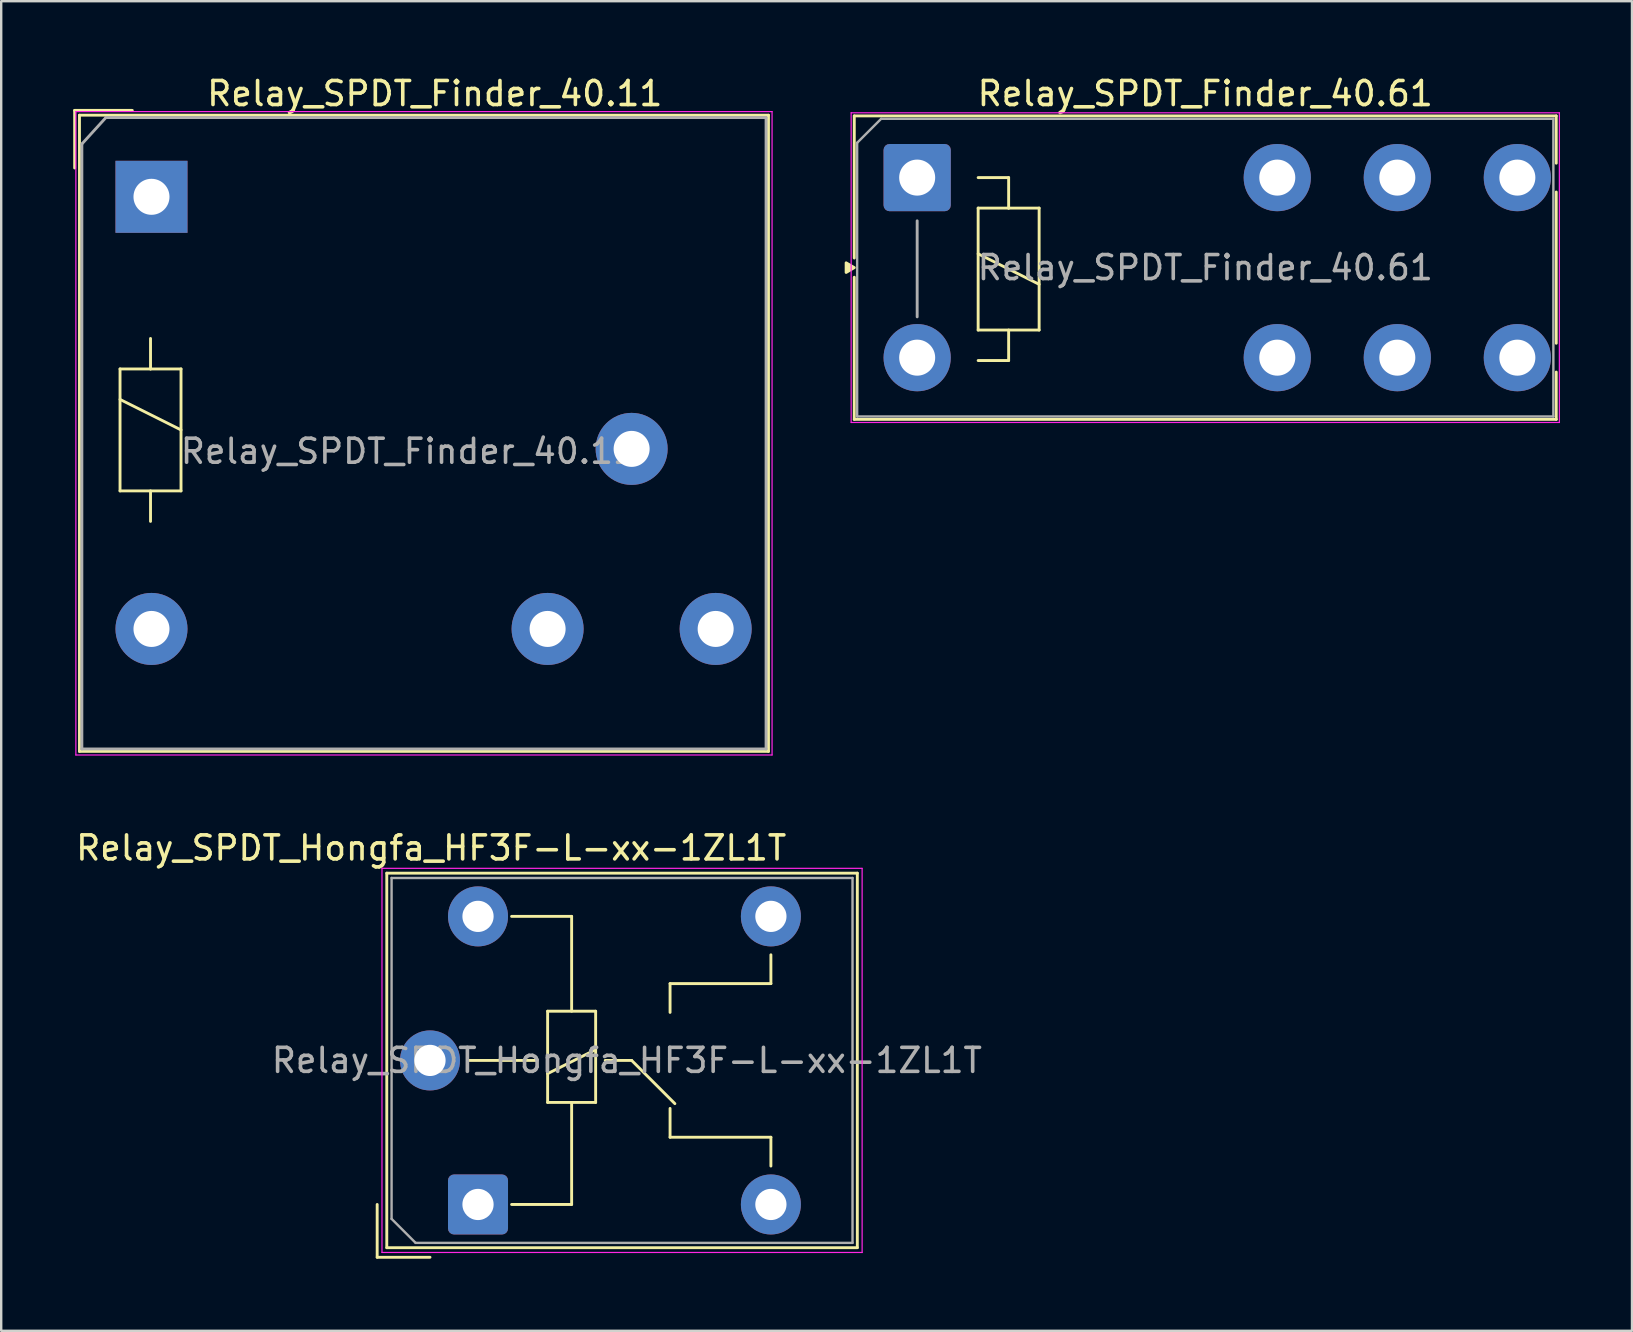
<source format=kicad_pcb>
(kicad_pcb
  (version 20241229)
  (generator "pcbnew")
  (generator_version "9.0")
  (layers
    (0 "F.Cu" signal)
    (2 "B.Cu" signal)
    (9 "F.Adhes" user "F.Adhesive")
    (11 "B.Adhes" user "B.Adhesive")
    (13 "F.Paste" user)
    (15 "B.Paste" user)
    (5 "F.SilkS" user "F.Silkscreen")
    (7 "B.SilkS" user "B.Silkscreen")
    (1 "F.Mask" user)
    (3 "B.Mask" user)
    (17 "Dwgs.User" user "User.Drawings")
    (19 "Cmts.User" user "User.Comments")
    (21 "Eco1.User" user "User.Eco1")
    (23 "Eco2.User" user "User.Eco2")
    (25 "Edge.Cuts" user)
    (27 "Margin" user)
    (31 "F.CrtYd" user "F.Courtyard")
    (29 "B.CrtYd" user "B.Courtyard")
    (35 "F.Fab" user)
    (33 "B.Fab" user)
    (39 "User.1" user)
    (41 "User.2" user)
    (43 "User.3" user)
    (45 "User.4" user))
  (footprint "Relay_SPDT_Finder_40.11"
    (layer "F.Cu")
    (at 3.26 5.148)
    (property "Reference" "Relay_SPDT_Finder_40.11" (at 11.8 -4.3 0) (layer "F.SilkS") (effects (font (size 1 1) (thickness 0.15))))
    (attr through_hole)
    (fp_line (start -3.2 -1.2) (end -3.2 -3.6) (stroke (width 0.12) (type solid)) (layer "F.SilkS"))
    (fp_line (start -3 -3.4) (end 25.7 -3.4) (stroke (width 0.12) (type solid)) (layer "F.SilkS"))
    (fp_line (start -3 23.1) (end -3 -3.4) (stroke (width 0.12) (type solid)) (layer "F.SilkS"))
    (fp_line (start -3 23.1) (end 25.7 23.1) (stroke (width 0.12) (type solid)) (layer "F.SilkS"))
    (fp_line (start -1.31 7.17) (end -0.04 7.17) (stroke (width 0.12) (type solid)) (layer "F.SilkS"))
    (fp_line (start -1.31 8.44) (end 1.23 9.71) (stroke (width 0.12) (type solid)) (layer "F.SilkS"))
    (fp_line (start -1.31 12.25) (end -1.31 7.17) (stroke (width 0.12) (type solid)) (layer "F.SilkS"))
    (fp_line (start -0.8 -3.6) (end -3.2 -3.6) (stroke (width 0.12) (type solid)) (layer "F.SilkS"))
    (fp_line (start -0.04 5.9) (end -0.04 7.17) (stroke (width 0.12) (type solid)) (layer "F.SilkS"))
    (fp_line (start -0.04 7.17) (end 1.23 7.17) (stroke (width 0.12) (type solid)) (layer "F.SilkS"))
    (fp_line (start -0.04 12.25) (end -0.04 13.52) (stroke (width 0.12) (type solid)) (layer "F.SilkS"))
    (fp_line (start 1.23 7.17) (end 1.23 12.25) (stroke (width 0.12) (type solid)) (layer "F.SilkS"))
    (fp_line (start 1.23 12.25) (end -1.31 12.25) (stroke (width 0.12) (type solid)) (layer "F.SilkS"))
    (fp_line (start 25.7 23.1) (end 25.7 -3.4) (stroke (width 0.12) (type solid)) (layer "F.SilkS"))
    (fp_line (start -3.15 -3.55) (end -3.15 23.25) (stroke (width 0.05) (type solid)) (layer "F.CrtYd"))
    (fp_line (start -3.15 -3.55) (end 25.85 -3.55) (stroke (width 0.05) (type solid)) (layer "F.CrtYd"))
    (fp_line (start 25.85 23.25) (end -3.15 23.25) (stroke (width 0.05) (type solid)) (layer "F.CrtYd"))
    (fp_line (start 25.85 23.25) (end 25.85 -3.55) (stroke (width 0.05) (type solid)) (layer "F.CrtYd"))
    (fp_line (start -2.9 -2.2) (end -2.9 23) (stroke (width 0.12) (type solid)) (layer "F.Fab"))
    (fp_line (start -2.9 23) (end 25.6 23) (stroke (width 0.12) (type solid)) (layer "F.Fab"))
    (fp_line (start -1.9 -3.3) (end -2.9 -2.2) (stroke (width 0.12) (type solid)) (layer "F.Fab"))
    (fp_line (start 25.6 -3.3) (end -1.9 -3.3) (stroke (width 0.12) (type solid)) (layer "F.Fab"))
    (fp_line (start 25.6 23) (end 25.6 -3.3) (stroke (width 0.12) (type solid)) (layer "F.Fab"))
    (fp_text user "${REFERENCE}" (at 10.7 10.6 0) (layer "F.Fab") (effects (font (size 1 1) (thickness 0.15))))
    (pad "11" thru_hole circle (at 20 10.5) (size 3 3) (drill 1.5) (layers "*.Cu" "*.Mask"))
    (pad "12" thru_hole circle (at 16.5 18) (size 3 3) (drill 1.5) (layers "*.Cu" "*.Mask"))
    (pad "14" thru_hole circle (at 23.5 18) (size 3 3) (drill 1.5) (layers "*.Cu" "*.Mask"))
    (pad "A1" thru_hole rect (at 0 0) (size 3 3) (drill 1.5) (layers "*.Cu" "*.Mask"))
    (pad "A2" thru_hole circle (at 0 18) (size 3 3) (drill 1.5) (layers "*.Cu" "*.Mask")))
  (footprint "Relay_SPDT_Hongfa_HF3F-L-xx-1ZL1T"
    (layer "F.Cu")
    (at 16.861 47.121)
    (property "Reference" "Relay_SPDT_Hongfa_HF3F-L-xx-1ZL1T" (at -1.95 -14.85 0) (layer "F.SilkS") (effects (font (size 1 1) (thickness 0.15))))
    (attr through_hole)
    (fp_line (start -4.2 0) (end -4.2 2.2) (stroke (width 0.12) (type solid)) (layer "F.SilkS"))
    (fp_line (start -4.2 2.2) (end -2 2.2) (stroke (width 0.12) (type solid)) (layer "F.SilkS"))
    (fp_line (start -3.8 -13.8) (end -3.8 1.8) (stroke (width 0.12) (type solid)) (layer "F.SilkS"))
    (fp_line (start -3.8 1.8) (end 15.8 1.8) (stroke (width 0.12) (type solid)) (layer "F.SilkS"))
    (fp_line (start -0.4 -6) (end 2.4 -6) (stroke (width 0.12) (type solid)) (layer "F.SilkS"))
    (fp_line (start 2.9 -8.05) (end 2.9 -4.25) (stroke (width 0.12) (type solid)) (layer "F.SilkS"))
    (fp_line (start 2.9 -4.25) (end 4.9 -4.25) (stroke (width 0.12) (type solid)) (layer "F.SilkS"))
    (fp_line (start 3.9 -12) (end 1.4 -12) (stroke (width 0.12) (type solid)) (layer "F.SilkS"))
    (fp_line (start 3.9 -8.05) (end 3.9 -12) (stroke (width 0.12) (type default)) (layer "F.SilkS"))
    (fp_line (start 3.9 -4.25) (end 3.9 0) (stroke (width 0.12) (type default)) (layer "F.SilkS"))
    (fp_line (start 3.9 0) (end 1.4 0) (stroke (width 0.12) (type solid)) (layer "F.SilkS"))
    (fp_line (start 4.9 -8.05) (end 2.9 -8.05) (stroke (width 0.12) (type solid)) (layer "F.SilkS"))
    (fp_line (start 4.9 -6.45) (end 2.9 -5.45) (stroke (width 0.12) (type solid)) (layer "F.SilkS"))
    (fp_line (start 4.9 -4.25) (end 4.9 -8.05) (stroke (width 0.12) (type solid)) (layer "F.SilkS"))
    (fp_line (start 6.4 -6) (end 5.3 -6) (stroke (width 0.12) (type default)) (layer "F.SilkS"))
    (fp_line (start 6.4 -6) (end 8.2 -4.2) (stroke (width 0.12) (type solid)) (layer "F.SilkS"))
    (fp_line (start 8 -9.2) (end 8 -8) (stroke (width 0.12) (type solid)) (layer "F.SilkS"))
    (fp_line (start 8 -2.8) (end 8 -4) (stroke (width 0.12) (type solid)) (layer "F.SilkS"))
    (fp_line (start 12.2 -10.4) (end 12.2 -9.2) (stroke (width 0.12) (type solid)) (layer "F.SilkS"))
    (fp_line (start 12.2 -9.2) (end 8 -9.2) (stroke (width 0.12) (type solid)) (layer "F.SilkS"))
    (fp_line (start 12.2 -2.8) (end 8 -2.8) (stroke (width 0.12) (type solid)) (layer "F.SilkS"))
    (fp_line (start 12.2 -1.6) (end 12.2 -2.8) (stroke (width 0.12) (type solid)) (layer "F.SilkS"))
    (fp_line (start 15.8 -13.8) (end -3.8 -13.8) (stroke (width 0.12) (type solid)) (layer "F.SilkS"))
    (fp_line (start 15.8 1.8) (end 15.8 -13.8) (stroke (width 0.12) (type solid)) (layer "F.SilkS"))
    (fp_line (start -4 -14) (end -4 2) (stroke (width 0.05) (type solid)) (layer "F.CrtYd"))
    (fp_line (start -4 2) (end 16 2) (stroke (width 0.05) (type solid)) (layer "F.CrtYd"))
    (fp_line (start 16 -14) (end -4 -14) (stroke (width 0.05) (type solid)) (layer "F.CrtYd"))
    (fp_line (start 16 2) (end 16 -14) (stroke (width 0.05) (type solid)) (layer "F.CrtYd"))
    (fp_line (start -3.6 -13.6) (end -3.6 0.6) (stroke (width 0.1) (type solid)) (layer "F.Fab"))
    (fp_line (start -3.6 0.6) (end -2.6 1.6) (stroke (width 0.1) (type solid)) (layer "F.Fab"))
    (fp_line (start -2.6 1.6) (end 15.6 1.6) (stroke (width 0.1) (type solid)) (layer "F.Fab"))
    (fp_line (start 15.6 -13.6) (end -3.6 -13.6) (stroke (width 0.1) (type solid)) (layer "F.Fab"))
    (fp_line (start 15.6 1.6) (end 15.6 -13.6) (stroke (width 0.1) (type solid)) (layer "F.Fab"))
    (fp_text user "${REFERENCE}" (at 6.2 -6 0) (layer "F.Fab") (effects (font (size 1 1) (thickness 0.15))))
    (pad "11" thru_hole circle (at -2 -6) (size 2.5 2.5) (drill 1.3) (layers "*.Cu" "*.Mask"))
    (pad "12" thru_hole circle (at 12.2 0) (size 2.5 2.5) (drill 1.3) (layers "*.Cu" "*.Mask"))
    (pad "14" thru_hole circle (at 12.2 -12) (size 2.5 2.5) (drill 1.3) (layers "*.Cu" "*.Mask"))
    (pad "A1" thru_hole roundrect (at 0 0) (size 2.5 2.5) (drill 1.3) (layers "*.Cu" "*.Mask") (roundrect_rratio 0.1))
    (pad "A2" thru_hole circle (at 0 -12) (size 2.5 2.5) (drill 1.3) (layers "*.Cu" "*.Mask")))
  (footprint "Relay_SPDT_Finder_40.61"
    (layer "F.Cu")
    (at 35.154 4.348)
    (property "Reference" "Relay_SPDT_Finder_40.61" (at 12 -3.5 0) (layer "F.SilkS") (effects (font (size 1 1) (thickness 0.15))))
    (attr through_hole)
    (fp_line (start -2.62 -2.57) (end 26.62 -2.57) (stroke (width 0.12) (type solid)) (layer "F.SilkS"))
    (fp_line (start -2.62 3.35) (end -2.62 -2.57) (stroke (width 0.12) (type solid)) (layer "F.SilkS"))
    (fp_line (start -2.62 4.15) (end -2.62 10.07) (stroke (width 0.12) (type solid)) (layer "F.SilkS"))
    (fp_line (start 2.54 0) (end 3.81 0) (stroke (width 0.12) (type solid)) (layer "F.SilkS"))
    (fp_line (start 2.54 1.27) (end 3.81 1.27) (stroke (width 0.12) (type solid)) (layer "F.SilkS"))
    (fp_line (start 2.54 3.175) (end 5.08 4.445) (stroke (width 0.12) (type solid)) (layer "F.SilkS"))
    (fp_line (start 2.54 6.35) (end 2.54 1.27) (stroke (width 0.12) (type solid)) (layer "F.SilkS"))
    (fp_line (start 3.81 0) (end 3.81 1.27) (stroke (width 0.12) (type solid)) (layer "F.SilkS"))
    (fp_line (start 3.81 1.27) (end 5.08 1.27) (stroke (width 0.12) (type solid)) (layer "F.SilkS"))
    (fp_line (start 3.81 6.35) (end 3.81 7.62) (stroke (width 0.12) (type solid)) (layer "F.SilkS"))
    (fp_line (start 3.81 7.62) (end 2.54 7.62) (stroke (width 0.12) (type solid)) (layer "F.SilkS"))
    (fp_line (start 5.08 1.27) (end 5.08 6.35) (stroke (width 0.12) (type solid)) (layer "F.SilkS"))
    (fp_line (start 5.08 6.35) (end 2.54 6.35) (stroke (width 0.12) (type solid)) (layer "F.SilkS"))
    (fp_line (start 26.62 -0.6) (end 26.62 -2.57) (stroke (width 0.12) (type solid)) (layer "F.SilkS"))
    (fp_line (start 26.62 0.6) (end 26.62 6.9) (stroke (width 0.12) (type solid)) (layer "F.SilkS"))
    (fp_line (start 26.62 10.07) (end -2.62 10.07) (stroke (width 0.12) (type solid)) (layer "F.SilkS"))
    (fp_line (start 26.62 10.07) (end 26.62 8.1) (stroke (width 0.12) (type solid)) (layer "F.SilkS"))
    (fp_poly (pts (xy -2.62 3.75) (xy -2.959 3.95) (xy -2.959 3.55) (xy -2.62 3.75)) (stroke (width 0.12) (type solid)) (fill yes) (layer "F.SilkS"))
    (fp_line (start -2.75 -2.7) (end -2.75 10.2) (stroke (width 0.05) (type solid)) (layer "F.CrtYd"))
    (fp_line (start -2.75 -2.7) (end 26.75 -2.7) (stroke (width 0.05) (type solid)) (layer "F.CrtYd"))
    (fp_line (start 26.75 10.2) (end -2.75 10.2) (stroke (width 0.05) (type solid)) (layer "F.CrtYd"))
    (fp_line (start 26.75 10.2) (end 26.75 -2.7) (stroke (width 0.05) (type solid)) (layer "F.CrtYd"))
    (fp_line (start -2.5 -1.45) (end -1.5 -2.45) (stroke (width 0.1) (type default)) (layer "F.Fab"))
    (fp_line (start -2.5 9.95) (end -2.5 -1.45) (stroke (width 0.1) (type solid)) (layer "F.Fab"))
    (fp_line (start -2.5 9.95) (end 26.5 9.95) (stroke (width 0.1) (type solid)) (layer "F.Fab"))
    (fp_line (start 0 1.8) (end 0 5.8) (stroke (width 0.12) (type solid)) (layer "F.Fab"))
    (fp_line (start 26.5 -2.45) (end -1.5 -2.45) (stroke (width 0.1) (type solid)) (layer "F.Fab"))
    (fp_line (start 26.5 9.95) (end 26.5 -2.45) (stroke (width 0.1) (type solid)) (layer "F.Fab"))
    (fp_text user "${REFERENCE}" (at 12 3.75 0) (layer "F.Fab") (effects (font (size 1 1) (thickness 0.15))))
    (pad "11" thru_hole circle (at 20 0) (size 2.8 2.8) (drill 1.5) (layers "*.Cu" "*.Mask"))
    (pad "12" thru_hole circle (at 15 0) (size 2.8 2.8) (drill 1.5) (layers "*.Cu" "*.Mask"))
    (pad "14" thru_hole circle (at 25 0) (size 2.8 2.8) (drill 1.5) (layers "*.Cu" "*.Mask"))
    (pad "21" thru_hole circle (at 20 7.5) (size 2.8 2.8) (drill 1.5) (layers "*.Cu" "*.Mask"))
    (pad "22" thru_hole circle (at 15 7.5) (size 2.8 2.8) (drill 1.5) (layers "*.Cu" "*.Mask"))
    (pad "24" thru_hole circle (at 25 7.5) (size 2.8 2.8) (drill 1.5) (layers "*.Cu" "*.Mask"))
    (pad "A1" thru_hole roundrect (at 0 0) (size 2.8 2.8) (drill 1.5) (layers "*.Cu" "*.Mask") (roundrect_rratio 0.089))
    (pad "A2" thru_hole circle (at 0 7.5) (size 2.8 2.8) (drill 1.5) (layers "*.Cu" "*.Mask")))
  (gr_rect
    (start -3 -3)
    (end 64.929 52.382)
    (stroke (width 0.1) (type default))
    (fill no)
    (layer "Edge.Cuts")))
</source>
